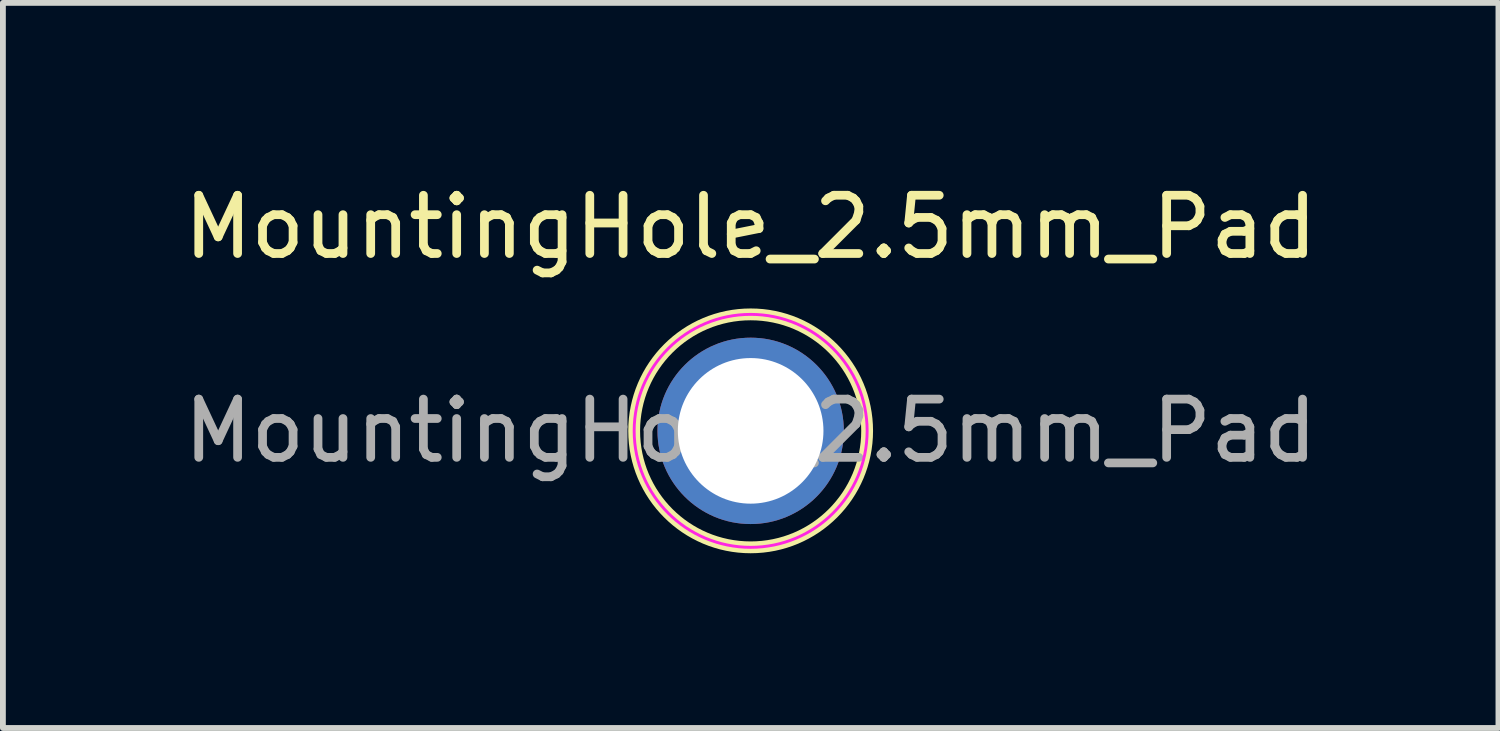
<source format=kicad_pcb>
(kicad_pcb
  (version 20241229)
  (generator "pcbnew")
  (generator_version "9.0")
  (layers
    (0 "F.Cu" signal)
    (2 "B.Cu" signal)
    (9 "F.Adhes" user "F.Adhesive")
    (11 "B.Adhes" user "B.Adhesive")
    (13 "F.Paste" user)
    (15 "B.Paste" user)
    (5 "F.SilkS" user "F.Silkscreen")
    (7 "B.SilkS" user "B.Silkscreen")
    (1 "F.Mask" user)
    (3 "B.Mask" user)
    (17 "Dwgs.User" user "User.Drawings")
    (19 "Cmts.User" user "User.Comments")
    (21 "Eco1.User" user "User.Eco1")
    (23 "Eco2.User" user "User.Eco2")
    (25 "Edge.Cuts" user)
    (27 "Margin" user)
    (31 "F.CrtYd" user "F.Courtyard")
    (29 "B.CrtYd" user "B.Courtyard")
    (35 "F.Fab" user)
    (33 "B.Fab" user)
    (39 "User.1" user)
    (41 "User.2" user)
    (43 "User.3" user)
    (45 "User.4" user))
  (footprint "MountingHole_2.5mm_Pad"
    (layer "F.Cu")
    (at 9.839 4.348)
    (property "Reference" "MountingHole_2.5mm_Pad" (at 0 -3.5 0) (layer "F.SilkS") (effects (font (size 1 1) (thickness 0.15))))
    (attr exclude_from_pos_files exclude_from_bom)
    (fp_circle (center 0 0) (end 2 0) (stroke (width 0.203) (type solid)) (fill no) (layer "F.SilkS"))
    (fp_circle (center 0 0) (end 2 0) (stroke (width 0.05) (type solid)) (fill no) (layer "F.CrtYd"))
    (fp_text user "${REFERENCE}" (at 0 0 0) (layer "F.Fab") (effects (font (size 1 1) (thickness 0.15))))
    (pad "1" thru_hole circle (at 0 0) (size 3.2 3.2) (drill 2.5) (layers "*.Cu" "*.Mask")))
  (gr_rect
    (start -3 -3)
    (end 22.679 9.45)
    (stroke (width 0.1) (type default))
    (fill no)
    (layer "Edge.Cuts")))
</source>
